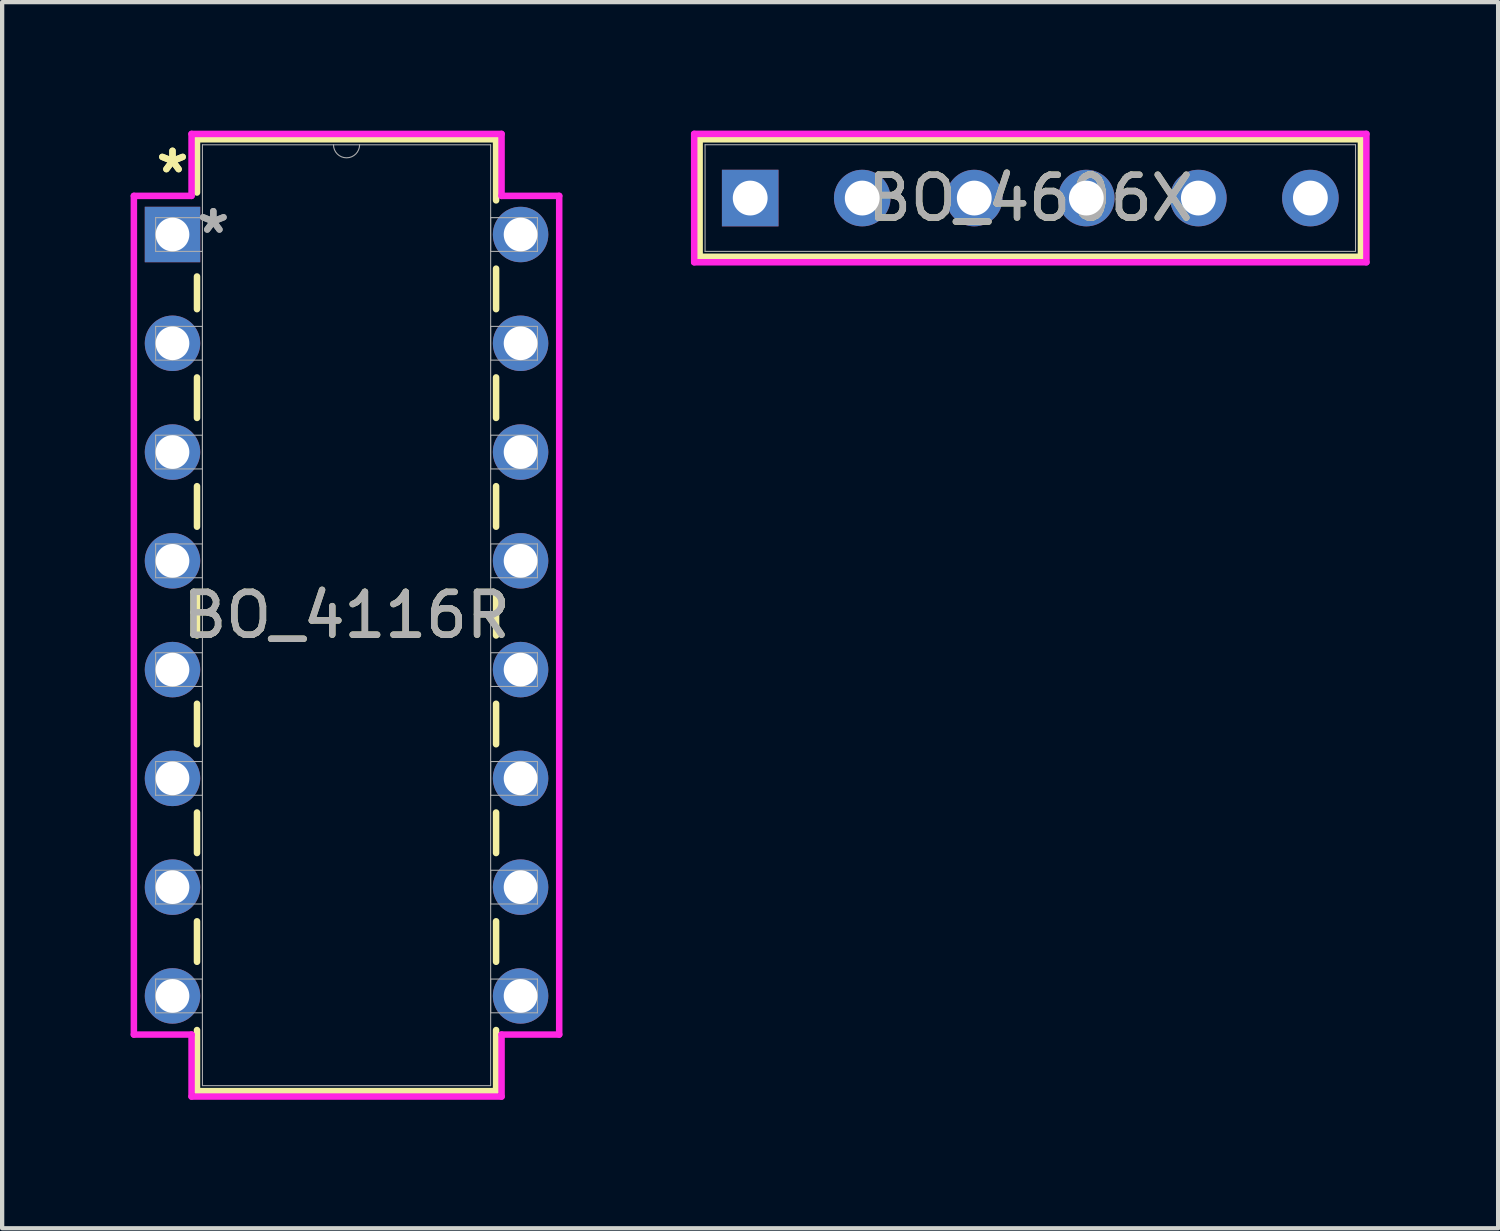
<source format=kicad_pcb>
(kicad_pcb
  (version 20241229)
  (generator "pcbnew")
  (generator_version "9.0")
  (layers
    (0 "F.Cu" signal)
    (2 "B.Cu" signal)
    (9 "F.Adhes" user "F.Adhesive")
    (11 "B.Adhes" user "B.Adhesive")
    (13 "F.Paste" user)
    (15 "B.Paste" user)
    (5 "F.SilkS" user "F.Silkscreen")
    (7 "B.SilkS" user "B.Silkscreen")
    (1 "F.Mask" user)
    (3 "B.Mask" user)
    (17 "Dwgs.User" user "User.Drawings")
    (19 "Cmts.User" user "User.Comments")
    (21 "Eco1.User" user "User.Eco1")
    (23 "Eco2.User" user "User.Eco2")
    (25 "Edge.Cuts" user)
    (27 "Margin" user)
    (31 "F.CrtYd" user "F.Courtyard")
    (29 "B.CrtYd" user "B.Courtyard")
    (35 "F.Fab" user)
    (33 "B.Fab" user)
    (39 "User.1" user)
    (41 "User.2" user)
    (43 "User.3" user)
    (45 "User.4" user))
  (footprint "BO_4116R"
    (layer "F.Cu")
    (at 0.978 2.426)
    (property "Reference" "BO_4116R" (at 4.064 8.89 0) (unlocked yes) (layer "F.SilkS") (effects (font (size 1 1) (thickness 0.15))))
    (attr through_hole)
    (fp_line (start 0.572 -2.223) (end 0.572 -0.98) (stroke (width 0.152) (type solid)) (layer "F.SilkS"))
    (fp_line (start 0.572 0.98) (end 0.572 1.743) (stroke (width 0.152) (type solid)) (layer "F.SilkS"))
    (fp_line (start 0.572 3.337) (end 0.572 4.283) (stroke (width 0.152) (type solid)) (layer "F.SilkS"))
    (fp_line (start 0.572 5.877) (end 0.572 6.823) (stroke (width 0.152) (type solid)) (layer "F.SilkS"))
    (fp_line (start 0.572 8.417) (end 0.572 9.363) (stroke (width 0.152) (type solid)) (layer "F.SilkS"))
    (fp_line (start 0.572 10.957) (end 0.572 11.903) (stroke (width 0.152) (type solid)) (layer "F.SilkS"))
    (fp_line (start 0.572 13.497) (end 0.572 14.443) (stroke (width 0.152) (type solid)) (layer "F.SilkS"))
    (fp_line (start 0.572 16.037) (end 0.572 16.983) (stroke (width 0.152) (type solid)) (layer "F.SilkS"))
    (fp_line (start 0.572 18.577) (end 0.572 20.003) (stroke (width 0.152) (type solid)) (layer "F.SilkS"))
    (fp_line (start 0.572 20.003) (end 7.556 20.003) (stroke (width 0.152) (type solid)) (layer "F.SilkS"))
    (fp_line (start 7.556 -2.223) (end 0.572 -2.223) (stroke (width 0.152) (type solid)) (layer "F.SilkS"))
    (fp_line (start 7.556 -0.797) (end 7.556 -2.223) (stroke (width 0.152) (type solid)) (layer "F.SilkS"))
    (fp_line (start 7.556 1.743) (end 7.556 0.797) (stroke (width 0.152) (type solid)) (layer "F.SilkS"))
    (fp_line (start 7.556 4.283) (end 7.556 3.337) (stroke (width 0.152) (type solid)) (layer "F.SilkS"))
    (fp_line (start 7.556 6.823) (end 7.556 5.877) (stroke (width 0.152) (type solid)) (layer "F.SilkS"))
    (fp_line (start 7.556 9.363) (end 7.556 8.417) (stroke (width 0.152) (type solid)) (layer "F.SilkS"))
    (fp_line (start 7.556 11.903) (end 7.556 10.957) (stroke (width 0.152) (type solid)) (layer "F.SilkS"))
    (fp_line (start 7.556 14.443) (end 7.556 13.497) (stroke (width 0.152) (type solid)) (layer "F.SilkS"))
    (fp_line (start 7.556 16.983) (end 7.556 16.037) (stroke (width 0.152) (type solid)) (layer "F.SilkS"))
    (fp_line (start 7.556 20.003) (end 7.556 18.577) (stroke (width 0.152) (type solid)) (layer "F.SilkS"))
    (fp_line (start -0.902 -0.902) (end 0.445 -0.902) (stroke (width 0.152) (type solid)) (layer "F.CrtYd"))
    (fp_line (start -0.902 18.682) (end -0.902 -0.902) (stroke (width 0.152) (type solid)) (layer "F.CrtYd"))
    (fp_line (start 0.445 -2.349) (end 7.684 -2.349) (stroke (width 0.152) (type solid)) (layer "F.CrtYd"))
    (fp_line (start 0.445 -0.902) (end 0.445 -2.349) (stroke (width 0.152) (type solid)) (layer "F.CrtYd"))
    (fp_line (start 0.445 18.682) (end -0.902 18.682) (stroke (width 0.152) (type solid)) (layer "F.CrtYd"))
    (fp_line (start 0.445 20.13) (end 0.445 18.682) (stroke (width 0.152) (type solid)) (layer "F.CrtYd"))
    (fp_line (start 7.684 -2.349) (end 7.684 -0.902) (stroke (width 0.152) (type solid)) (layer "F.CrtYd"))
    (fp_line (start 7.684 18.682) (end 7.684 20.13) (stroke (width 0.152) (type solid)) (layer "F.CrtYd"))
    (fp_line (start 7.684 20.13) (end 0.445 20.13) (stroke (width 0.152) (type solid)) (layer "F.CrtYd"))
    (fp_line (start 9.03 -0.902) (end 7.684 -0.902) (stroke (width 0.152) (type solid)) (layer "F.CrtYd"))
    (fp_line (start 9.03 -0.902) (end 9.03 18.682) (stroke (width 0.152) (type solid)) (layer "F.CrtYd"))
    (fp_line (start 9.03 18.682) (end 7.684 18.682) (stroke (width 0.152) (type solid)) (layer "F.CrtYd"))
    (fp_line (start -0.394 -0.394) (end -0.394 0.394) (stroke (width 0.025) (type solid)) (layer "F.Fab"))
    (fp_line (start -0.394 0.394) (end 0.699 0.394) (stroke (width 0.025) (type solid)) (layer "F.Fab"))
    (fp_line (start -0.394 2.146) (end -0.394 2.934) (stroke (width 0.025) (type solid)) (layer "F.Fab"))
    (fp_line (start -0.394 2.934) (end 0.699 2.934) (stroke (width 0.025) (type solid)) (layer "F.Fab"))
    (fp_line (start -0.394 4.686) (end -0.394 5.474) (stroke (width 0.025) (type solid)) (layer "F.Fab"))
    (fp_line (start -0.394 5.474) (end 0.699 5.474) (stroke (width 0.025) (type solid)) (layer "F.Fab"))
    (fp_line (start -0.394 7.226) (end -0.394 8.014) (stroke (width 0.025) (type solid)) (layer "F.Fab"))
    (fp_line (start -0.394 8.014) (end 0.699 8.014) (stroke (width 0.025) (type solid)) (layer "F.Fab"))
    (fp_line (start -0.394 9.766) (end -0.394 10.554) (stroke (width 0.025) (type solid)) (layer "F.Fab"))
    (fp_line (start -0.394 10.554) (end 0.699 10.554) (stroke (width 0.025) (type solid)) (layer "F.Fab"))
    (fp_line (start -0.394 12.306) (end -0.394 13.094) (stroke (width 0.025) (type solid)) (layer "F.Fab"))
    (fp_line (start -0.394 13.094) (end 0.699 13.094) (stroke (width 0.025) (type solid)) (layer "F.Fab"))
    (fp_line (start -0.394 14.846) (end -0.394 15.634) (stroke (width 0.025) (type solid)) (layer "F.Fab"))
    (fp_line (start -0.394 15.634) (end 0.699 15.634) (stroke (width 0.025) (type solid)) (layer "F.Fab"))
    (fp_line (start -0.394 17.386) (end -0.394 18.174) (stroke (width 0.025) (type solid)) (layer "F.Fab"))
    (fp_line (start -0.394 18.174) (end 0.699 18.174) (stroke (width 0.025) (type solid)) (layer "F.Fab"))
    (fp_line (start 0.699 -2.095) (end 0.699 19.875) (stroke (width 0.025) (type solid)) (layer "F.Fab"))
    (fp_line (start 0.699 -0.394) (end -0.394 -0.394) (stroke (width 0.025) (type solid)) (layer "F.Fab"))
    (fp_line (start 0.699 0.394) (end 0.699 -0.394) (stroke (width 0.025) (type solid)) (layer "F.Fab"))
    (fp_line (start 0.699 2.146) (end -0.394 2.146) (stroke (width 0.025) (type solid)) (layer "F.Fab"))
    (fp_line (start 0.699 2.934) (end 0.699 2.146) (stroke (width 0.025) (type solid)) (layer "F.Fab"))
    (fp_line (start 0.699 4.686) (end -0.394 4.686) (stroke (width 0.025) (type solid)) (layer "F.Fab"))
    (fp_line (start 0.699 5.474) (end 0.699 4.686) (stroke (width 0.025) (type solid)) (layer "F.Fab"))
    (fp_line (start 0.699 7.226) (end -0.394 7.226) (stroke (width 0.025) (type solid)) (layer "F.Fab"))
    (fp_line (start 0.699 8.014) (end 0.699 7.226) (stroke (width 0.025) (type solid)) (layer "F.Fab"))
    (fp_line (start 0.699 9.766) (end -0.394 9.766) (stroke (width 0.025) (type solid)) (layer "F.Fab"))
    (fp_line (start 0.699 10.554) (end 0.699 9.766) (stroke (width 0.025) (type solid)) (layer "F.Fab"))
    (fp_line (start 0.699 12.306) (end -0.394 12.306) (stroke (width 0.025) (type solid)) (layer "F.Fab"))
    (fp_line (start 0.699 13.094) (end 0.699 12.306) (stroke (width 0.025) (type solid)) (layer "F.Fab"))
    (fp_line (start 0.699 14.846) (end -0.394 14.846) (stroke (width 0.025) (type solid)) (layer "F.Fab"))
    (fp_line (start 0.699 15.634) (end 0.699 14.846) (stroke (width 0.025) (type solid)) (layer "F.Fab"))
    (fp_line (start 0.699 17.386) (end -0.394 17.386) (stroke (width 0.025) (type solid)) (layer "F.Fab"))
    (fp_line (start 0.699 18.174) (end 0.699 17.386) (stroke (width 0.025) (type solid)) (layer "F.Fab"))
    (fp_line (start 0.699 19.875) (end 7.429 19.875) (stroke (width 0.025) (type solid)) (layer "F.Fab"))
    (fp_line (start 7.429 -2.095) (end 0.699 -2.095) (stroke (width 0.025) (type solid)) (layer "F.Fab"))
    (fp_line (start 7.429 -0.394) (end 7.429 0.394) (stroke (width 0.025) (type solid)) (layer "F.Fab"))
    (fp_line (start 7.429 0.394) (end 8.522 0.394) (stroke (width 0.025) (type solid)) (layer "F.Fab"))
    (fp_line (start 7.429 2.146) (end 7.429 2.934) (stroke (width 0.025) (type solid)) (layer "F.Fab"))
    (fp_line (start 7.429 2.934) (end 8.522 2.934) (stroke (width 0.025) (type solid)) (layer "F.Fab"))
    (fp_line (start 7.429 4.686) (end 7.429 5.474) (stroke (width 0.025) (type solid)) (layer "F.Fab"))
    (fp_line (start 7.429 5.474) (end 8.522 5.474) (stroke (width 0.025) (type solid)) (layer "F.Fab"))
    (fp_line (start 7.429 7.226) (end 7.429 8.014) (stroke (width 0.025) (type solid)) (layer "F.Fab"))
    (fp_line (start 7.429 8.014) (end 8.522 8.014) (stroke (width 0.025) (type solid)) (layer "F.Fab"))
    (fp_line (start 7.429 9.766) (end 7.429 10.554) (stroke (width 0.025) (type solid)) (layer "F.Fab"))
    (fp_line (start 7.429 10.554) (end 8.522 10.554) (stroke (width 0.025) (type solid)) (layer "F.Fab"))
    (fp_line (start 7.429 12.306) (end 7.429 13.094) (stroke (width 0.025) (type solid)) (layer "F.Fab"))
    (fp_line (start 7.429 13.094) (end 8.522 13.094) (stroke (width 0.025) (type solid)) (layer "F.Fab"))
    (fp_line (start 7.429 14.846) (end 7.429 15.634) (stroke (width 0.025) (type solid)) (layer "F.Fab"))
    (fp_line (start 7.429 15.634) (end 8.522 15.634) (stroke (width 0.025) (type solid)) (layer "F.Fab"))
    (fp_line (start 7.429 17.386) (end 7.429 18.174) (stroke (width 0.025) (type solid)) (layer "F.Fab"))
    (fp_line (start 7.429 18.174) (end 8.522 18.174) (stroke (width 0.025) (type solid)) (layer "F.Fab"))
    (fp_line (start 7.429 19.875) (end 7.429 -2.095) (stroke (width 0.025) (type solid)) (layer "F.Fab"))
    (fp_line (start 8.522 -0.394) (end 7.429 -0.394) (stroke (width 0.025) (type solid)) (layer "F.Fab"))
    (fp_line (start 8.522 0.394) (end 8.522 -0.394) (stroke (width 0.025) (type solid)) (layer "F.Fab"))
    (fp_line (start 8.522 2.146) (end 7.429 2.146) (stroke (width 0.025) (type solid)) (layer "F.Fab"))
    (fp_line (start 8.522 2.934) (end 8.522 2.146) (stroke (width 0.025) (type solid)) (layer "F.Fab"))
    (fp_line (start 8.522 4.686) (end 7.429 4.686) (stroke (width 0.025) (type solid)) (layer "F.Fab"))
    (fp_line (start 8.522 5.474) (end 8.522 4.686) (stroke (width 0.025) (type solid)) (layer "F.Fab"))
    (fp_line (start 8.522 7.226) (end 7.429 7.226) (stroke (width 0.025) (type solid)) (layer "F.Fab"))
    (fp_line (start 8.522 8.014) (end 8.522 7.226) (stroke (width 0.025) (type solid)) (layer "F.Fab"))
    (fp_line (start 8.522 9.766) (end 7.429 9.766) (stroke (width 0.025) (type solid)) (layer "F.Fab"))
    (fp_line (start 8.522 10.554) (end 8.522 9.766) (stroke (width 0.025) (type solid)) (layer "F.Fab"))
    (fp_line (start 8.522 12.306) (end 7.429 12.306) (stroke (width 0.025) (type solid)) (layer "F.Fab"))
    (fp_line (start 8.522 13.094) (end 8.522 12.306) (stroke (width 0.025) (type solid)) (layer "F.Fab"))
    (fp_line (start 8.522 14.846) (end 7.429 14.846) (stroke (width 0.025) (type solid)) (layer "F.Fab"))
    (fp_line (start 8.522 15.634) (end 8.522 14.846) (stroke (width 0.025) (type solid)) (layer "F.Fab"))
    (fp_line (start 8.522 17.386) (end 7.429 17.386) (stroke (width 0.025) (type solid)) (layer "F.Fab"))
    (fp_line (start 8.522 18.174) (end 8.522 17.386) (stroke (width 0.025) (type solid)) (layer "F.Fab"))
    (fp_arc (start 4.3688 -2.0955) (mid 4.064 -1.7907) (end 3.7592 -2.0955) (stroke (width 0.0254) (type solid)) (layer "F.Fab"))
    (fp_text user "*" (at 0 -1.41 0) (layer "F.SilkS") (effects (font (size 1 1) (thickness 0.15))))
    (fp_text user "*" (at 0 -1.41 0) (unlocked yes) (layer "F.SilkS") (effects (font (size 1 1) (thickness 0.15))))
    (fp_text user "*" (at 0.953 0 0) (layer "F.Fab") (effects (font (size 1 1) (thickness 0.15))))
    (fp_text user "*" (at 0.953 0 0) (unlocked yes) (layer "F.Fab") (effects (font (size 1 1) (thickness 0.15))))
    (fp_text user "${REFERENCE}" (at 4.064 8.89 0) (unlocked yes) (layer "F.Fab") (effects (font (size 1 1) (thickness 0.15))))
    (pad "1" thru_hole rect (at 0 0) (size 1.295 1.295) (drill 0.787) (layers "*.Cu" "*.Mask"))
    (pad "2" thru_hole circle (at 0 2.54) (size 1.295 1.295) (drill 0.787) (layers "*.Cu" "*.Mask"))
    (pad "3" thru_hole circle (at 0 5.08) (size 1.295 1.295) (drill 0.787) (layers "*.Cu" "*.Mask"))
    (pad "4" thru_hole circle (at 0 7.62) (size 1.295 1.295) (drill 0.787) (layers "*.Cu" "*.Mask"))
    (pad "5" thru_hole circle (at 0 10.16) (size 1.295 1.295) (drill 0.787) (layers "*.Cu" "*.Mask"))
    (pad "6" thru_hole circle (at 0 12.7) (size 1.295 1.295) (drill 0.787) (layers "*.Cu" "*.Mask"))
    (pad "7" thru_hole circle (at 0 15.24) (size 1.295 1.295) (drill 0.787) (layers "*.Cu" "*.Mask"))
    (pad "8" thru_hole circle (at 0 17.78) (size 1.295 1.295) (drill 0.787) (layers "*.Cu" "*.Mask"))
    (pad "9" thru_hole circle (at 8.128 17.78) (size 1.295 1.295) (drill 0.787) (layers "*.Cu" "*.Mask"))
    (pad "10" thru_hole circle (at 8.128 15.24) (size 1.295 1.295) (drill 0.787) (layers "*.Cu" "*.Mask"))
    (pad "11" thru_hole circle (at 8.128 12.7) (size 1.295 1.295) (drill 0.787) (layers "*.Cu" "*.Mask"))
    (pad "12" thru_hole circle (at 8.128 10.16) (size 1.295 1.295) (drill 0.787) (layers "*.Cu" "*.Mask"))
    (pad "13" thru_hole circle (at 8.128 7.62) (size 1.295 1.295) (drill 0.787) (layers "*.Cu" "*.Mask"))
    (pad "14" thru_hole circle (at 8.128 5.08) (size 1.295 1.295) (drill 0.787) (layers "*.Cu" "*.Mask"))
    (pad "15" thru_hole circle (at 8.128 2.54) (size 1.295 1.295) (drill 0.787) (layers "*.Cu" "*.Mask"))
    (pad "16" thru_hole circle (at 8.128 0) (size 1.295 1.295) (drill 0.787) (layers "*.Cu" "*.Mask")))
  (footprint "BO_4606X"
    (layer "F.Cu")
    (at 14.468 1.575)
    (property "Reference" "BO_4606X" (at 6.54 0 0) (unlocked yes) (layer "F.SilkS") (effects (font (size 1 1) (thickness 0.15))))
    (attr through_hole)
    (fp_line (start -1.181 -1.372) (end -1.181 1.372) (stroke (width 0.152) (type solid)) (layer "F.SilkS"))
    (fp_line (start 14.262 -1.372) (end -1.181 -1.372) (stroke (width 0.152) (type solid)) (layer "F.SilkS"))
    (fp_line (start 14.262 -1.372) (end 14.262 1.372) (stroke (width 0.152) (type solid)) (layer "F.SilkS"))
    (fp_line (start 14.262 1.372) (end -1.181 1.372) (stroke (width 0.152) (type solid)) (layer "F.SilkS"))
    (fp_line (start -1.308 -1.499) (end -1.308 1.499) (stroke (width 0.152) (type solid)) (layer "F.CrtYd"))
    (fp_line (start -1.308 1.499) (end 14.389 1.499) (stroke (width 0.152) (type solid)) (layer "F.CrtYd"))
    (fp_line (start 14.389 -1.499) (end -1.308 -1.499) (stroke (width 0.152) (type solid)) (layer "F.CrtYd"))
    (fp_line (start 14.389 1.499) (end 14.389 -1.499) (stroke (width 0.152) (type solid)) (layer "F.CrtYd"))
    (fp_line (start -1.054 -1.245) (end -1.054 1.245) (stroke (width 0.025) (type solid)) (layer "F.Fab"))
    (fp_line (start 14.135 -1.245) (end -1.054 -1.245) (stroke (width 0.025) (type solid)) (layer "F.Fab"))
    (fp_line (start 14.135 -1.245) (end 14.135 1.245) (stroke (width 0.025) (type solid)) (layer "F.Fab"))
    (fp_line (start 14.135 1.245) (end -1.054 1.245) (stroke (width 0.025) (type solid)) (layer "F.Fab"))
    (fp_text user "${REFERENCE}" (at 6.54 0 0) (unlocked yes) (layer "F.Fab") (effects (font (size 1 1) (thickness 0.15))))
    (pad "1" thru_hole rect (at 0 0) (size 1.321 1.321) (drill 0.813) (layers "*.Cu" "*.Mask"))
    (pad "2" thru_hole circle (at 2.616 0) (size 1.321 1.321) (drill 0.813) (layers "*.Cu" "*.Mask"))
    (pad "3" thru_hole circle (at 5.232 0) (size 1.321 1.321) (drill 0.813) (layers "*.Cu" "*.Mask"))
    (pad "4" thru_hole circle (at 7.849 0) (size 1.321 1.321) (drill 0.813) (layers "*.Cu" "*.Mask"))
    (pad "5" thru_hole circle (at 10.465 0) (size 1.321 1.321) (drill 0.813) (layers "*.Cu" "*.Mask"))
    (pad "6" thru_hole circle (at 13.081 0) (size 1.321 1.321) (drill 0.813) (layers "*.Cu" "*.Mask")))
  (gr_rect
    (start -3 -3)
    (end 31.933 25.631)
    (stroke (width 0.1) (type default))
    (fill no)
    (layer "Edge.Cuts")))
</source>
